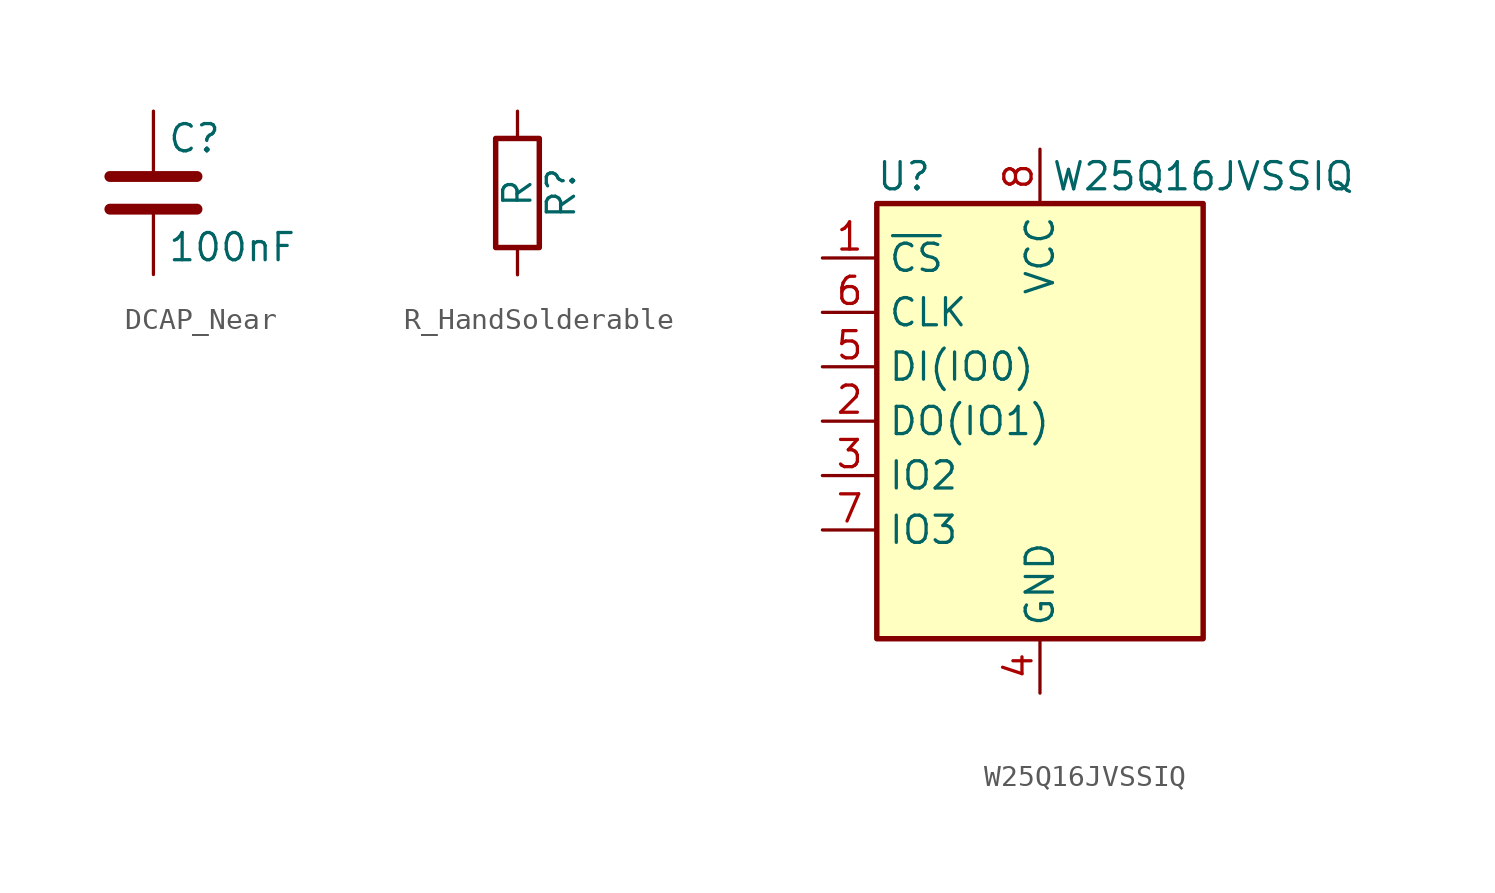
<source format=kicad_sym>
(kicad_symbol_lib
  (version 20231120)
  (generator "kicad_symbol_editor")
  (generator_version "8.0")
  (symbol "DCAP_Near"
    (pin_numbers hide)
    (pin_names
      (offset 0.254))
    (property "Reference" "C"
      (at 0.635 2.54 0)
      (effects (font (size 1.27 1.27)) (justify left)))
    (property "Value" "100nF"
      (at 0.635 -2.54 0)
      (effects (font (size 1.27 1.27)) (justify left)))
    (symbol "DCAP_Near_0_1"
      (polyline (pts (xy -2.032 -0.762) (xy 2.032 -0.762)) (stroke (width 0.508) (type default)) (fill (type none)))
      (polyline (pts (xy -2.032 0.762) (xy 2.032 0.762)) (stroke (width 0.508) (type default)) (fill (type none))))
    (symbol "DCAP_Near_1_1"
      (pin passive line (at 0 3.81 270) (length 2.794) (name "~" (effects (font (size 1.27 1.27)))) (number "1" (effects (font (size 1.27 1.27)))))
      (pin passive line (at 0 -3.81 90) (length 2.794) (name "~" (effects (font (size 1.27 1.27)))) (number "2" (effects (font (size 1.27 1.27)))))))
  (symbol "R_HandSolderable"
    (pin_numbers hide)
    (pin_names
      (offset 0))
    (property "Reference" "R"
      (at 2.032 0 90)
      (effects (font (size 1.27 1.27))))
    (property "Value" "R"
      (at 0 0 90)
      (effects (font (size 1.27 1.27))))
    (symbol "R_HandSolderable_0_1"
      (rectangle (start -1.016 -2.54) (end 1.016 2.54) (stroke (width 0.254) (type default)) (fill (type none))))
    (symbol "R_HandSolderable_1_1"
      (pin passive line (at 0 3.81 270) (length 1.27) (name "~" (effects (font (size 1.27 1.27)))) (number "1" (effects (font (size 1.27 1.27)))))
      (pin passive line (at 0 -3.81 90) (length 1.27) (name "~" (effects (font (size 1.27 1.27)))) (number "2" (effects (font (size 1.27 1.27)))))))
  (symbol "W25Q16JVSSIQ"
    (property "Reference" "U"
      (at -6.35 11.43 0)
      (effects (font (size 1.27 1.27))))
    (property "Value" "W25Q16JVSSIQ"
      (at 7.62 11.43 0)
      (effects (font (size 1.27 1.27))))
    (symbol "W25Q16JVSSIQ_0_1"
      (rectangle (start -7.62 10.16) (end 7.62 -10.16) (stroke (width 0.254) (type default)) (fill (type background))))
    (symbol "W25Q16JVSSIQ_1_1"
      (pin input line (at -10.16 7.62 0) (length 2.54) (name "~{CS}" (effects (font (size 1.27 1.27)))) (number "1" (effects (font (size 1.27 1.27)))))
      (pin bidirectional line (at -10.16 0 0) (length 2.54) (name "DO(IO1)" (effects (font (size 1.27 1.27)))) (number "2" (effects (font (size 1.27 1.27)))))
      (pin bidirectional line (at -10.16 -2.54 0) (length 2.54) (name "IO2" (effects (font (size 1.27 1.27)))) (number "3" (effects (font (size 1.27 1.27)))))
      (pin power_in line (at 0 -12.7 90) (length 2.54) (name "GND" (effects (font (size 1.27 1.27)))) (number "4" (effects (font (size 1.27 1.27)))))
      (pin bidirectional line (at -10.16 2.54 0) (length 2.54) (name "DI(IO0)" (effects (font (size 1.27 1.27)))) (number "5" (effects (font (size 1.27 1.27)))))
      (pin input line (at -10.16 5.08 0) (length 2.54) (name "CLK" (effects (font (size 1.27 1.27)))) (number "6" (effects (font (size 1.27 1.27)))))
      (pin bidirectional line (at -10.16 -5.08 0) (length 2.54) (name "IO3" (effects (font (size 1.27 1.27)))) (number "7" (effects (font (size 1.27 1.27)))))
      (pin power_in line (at 0 12.7 270) (length 2.54) (name "VCC" (effects (font (size 1.27 1.27)))) (number "8" (effects (font (size 1.27 1.27))))))))
</source>
